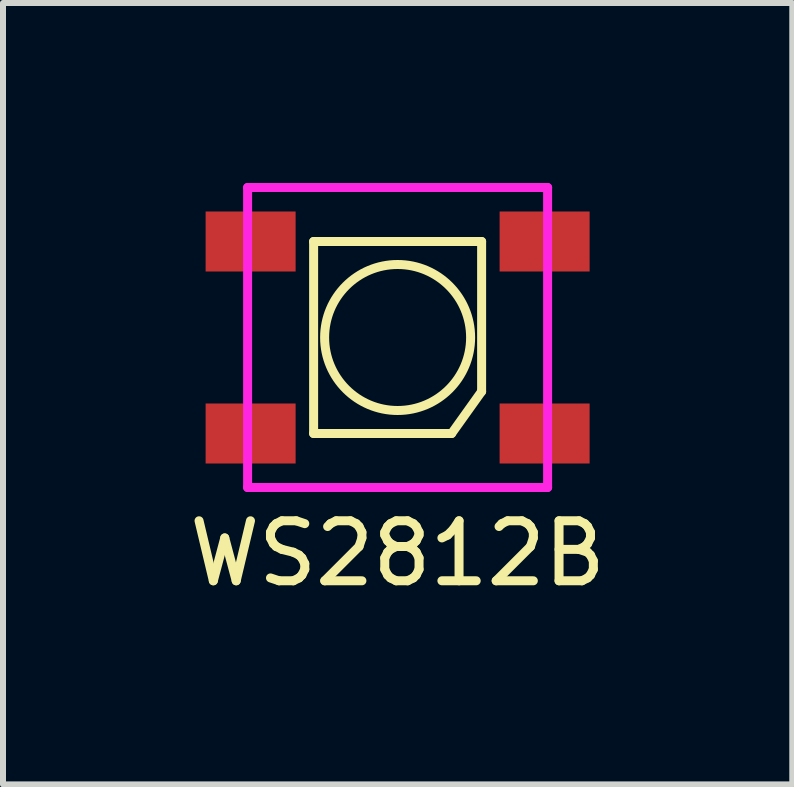
<source format=kicad_pcb>
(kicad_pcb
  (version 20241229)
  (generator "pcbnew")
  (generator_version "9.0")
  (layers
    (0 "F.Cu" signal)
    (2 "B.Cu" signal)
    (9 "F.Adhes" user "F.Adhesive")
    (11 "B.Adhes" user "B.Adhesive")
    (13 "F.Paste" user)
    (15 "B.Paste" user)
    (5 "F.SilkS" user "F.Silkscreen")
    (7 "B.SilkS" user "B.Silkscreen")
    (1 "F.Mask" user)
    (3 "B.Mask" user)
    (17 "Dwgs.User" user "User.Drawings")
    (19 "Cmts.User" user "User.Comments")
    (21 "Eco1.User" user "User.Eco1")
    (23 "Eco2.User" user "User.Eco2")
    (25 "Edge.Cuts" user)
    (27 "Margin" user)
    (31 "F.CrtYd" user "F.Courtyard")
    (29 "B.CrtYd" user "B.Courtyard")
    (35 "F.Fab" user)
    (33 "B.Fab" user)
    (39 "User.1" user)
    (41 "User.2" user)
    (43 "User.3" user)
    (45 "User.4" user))
  (footprint "WS2812B"
    (layer "F.Cu")
    (at 3.577 2.575)
    (property "Reference" "WS2812B" (at 0 3.6 0) (layer "F.SilkS") (effects (font (size 1 1) (thickness 0.15))))
    (attr through_hole)
    (fp_line (start -1.4 -1.6) (end 1.4 -1.6) (stroke (width 0.15) (type solid)) (layer "F.SilkS"))
    (fp_line (start -1.4 1.6) (end -1.4 -1.6) (stroke (width 0.15) (type solid)) (layer "F.SilkS"))
    (fp_line (start 0.9 1.6) (end -1.4 1.6) (stroke (width 0.15) (type solid)) (layer "F.SilkS"))
    (fp_line (start 1.4 -1.6) (end 1.4 0.9) (stroke (width 0.15) (type solid)) (layer "F.SilkS"))
    (fp_line (start 1.4 0.9) (end 0.9 1.6) (stroke (width 0.15) (type solid)) (layer "F.SilkS"))
    (fp_circle (center 0 0) (end 1.2 0.2) (stroke (width 0.15) (type solid)) (fill no) (layer "F.SilkS"))
    (fp_line (start -2.5 -2.5) (end 2.5 -2.5) (stroke (width 0.15) (type solid)) (layer "F.CrtYd"))
    (fp_line (start -2.5 2.5) (end -2.5 -2.5) (stroke (width 0.15) (type solid)) (layer "F.CrtYd"))
    (fp_line (start 2.5 -2.5) (end 2.5 2.5) (stroke (width 0.15) (type solid)) (layer "F.CrtYd"))
    (fp_line (start 2.5 2.5) (end -2.5 2.5) (stroke (width 0.15) (type solid)) (layer "F.CrtYd"))
    (pad "1" smd rect (at -2.45 -1.6) (size 1.5 1) (layers "F.Cu" "F.Mask" "F.Paste"))
    (pad "2" smd rect (at -2.45 1.6) (size 1.5 1) (layers "F.Cu" "F.Mask" "F.Paste"))
    (pad "3" smd rect (at 2.45 1.6) (size 1.5 1) (layers "F.Cu" "F.Mask" "F.Paste"))
    (pad "4" smd rect (at 2.45 -1.6) (size 1.5 1) (layers "F.Cu" "F.Mask" "F.Paste")))
  (gr_rect
    (start -3 -3)
    (end 10.155 10.023)
    (stroke (width 0.1) (type default))
    (fill no)
    (layer "Edge.Cuts")))
</source>
